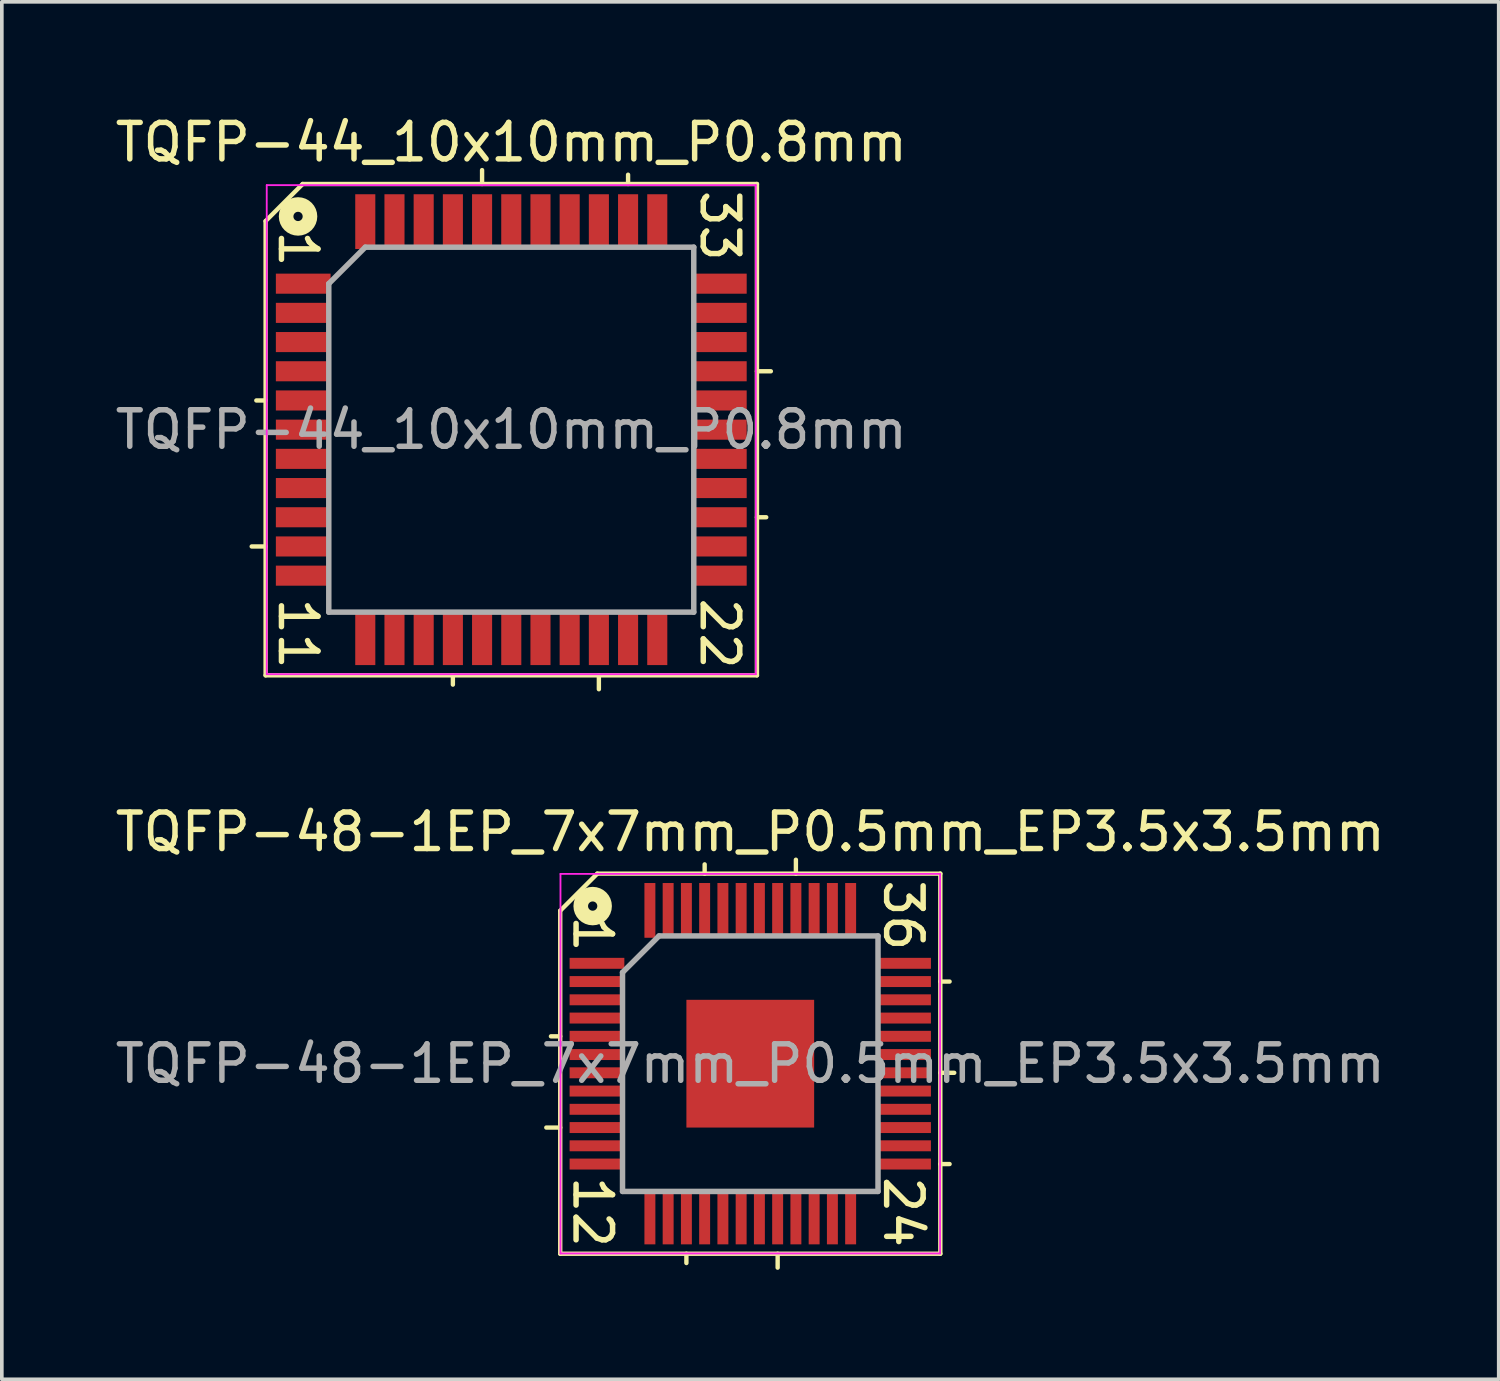
<source format=kicad_pcb>
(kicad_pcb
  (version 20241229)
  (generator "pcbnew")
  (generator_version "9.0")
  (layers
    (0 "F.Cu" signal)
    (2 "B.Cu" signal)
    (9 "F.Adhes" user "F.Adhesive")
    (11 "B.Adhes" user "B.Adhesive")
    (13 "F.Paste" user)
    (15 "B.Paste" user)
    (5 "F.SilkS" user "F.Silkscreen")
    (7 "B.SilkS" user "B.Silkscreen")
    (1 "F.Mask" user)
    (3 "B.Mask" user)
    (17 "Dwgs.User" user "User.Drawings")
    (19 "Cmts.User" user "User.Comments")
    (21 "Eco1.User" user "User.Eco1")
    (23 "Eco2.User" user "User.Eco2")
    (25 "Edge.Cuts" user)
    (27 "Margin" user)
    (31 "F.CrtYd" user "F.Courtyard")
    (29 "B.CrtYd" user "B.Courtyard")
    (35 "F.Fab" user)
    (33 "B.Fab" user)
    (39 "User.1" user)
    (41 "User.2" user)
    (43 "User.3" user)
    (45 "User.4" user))
  (footprint "TQFP-48-1EP_7x7mm_P0.5mm_EP3.5x3.5mm"
    (layer "F.Cu")
    (at 17.506 26.093)
    (property "Reference" "TQFP-48-1EP_7x7mm_P0.5mm_EP3.5x3.5mm" (at 0 -6.35 0) (layer "F.SilkS") (effects (font (size 1 1) (thickness 0.15))))
    (attr smd)
    (fp_line (start -5.207 -4.191) (end -5.207 5.207) (stroke (width 0.12) (type solid)) (layer "F.SilkS"))
    (fp_line (start -5.207 -0.75) (end -5.461 -0.75) (stroke (width 0.12) (type solid)) (layer "F.SilkS"))
    (fp_line (start -5.207 1.75) (end -5.588 1.75) (stroke (width 0.12) (type solid)) (layer "F.SilkS"))
    (fp_line (start -5.207 5.207) (end 5.207 5.207) (stroke (width 0.12) (type solid)) (layer "F.SilkS"))
    (fp_line (start -4.191 -5.207) (end -5.207 -4.191) (stroke (width 0.12) (type solid)) (layer "F.SilkS"))
    (fp_line (start -1.75 5.207) (end -1.75 5.461) (stroke (width 0.12) (type solid)) (layer "F.SilkS"))
    (fp_line (start -1.25 -5.207) (end -1.25 -5.461) (stroke (width 0.12) (type solid)) (layer "F.SilkS"))
    (fp_line (start 0.75 5.207) (end 0.75 5.588) (stroke (width 0.12) (type solid)) (layer "F.SilkS"))
    (fp_line (start 1.25 -5.207) (end 1.25 -5.588) (stroke (width 0.12) (type solid)) (layer "F.SilkS"))
    (fp_line (start 5.207 -5.207) (end -4.191 -5.207) (stroke (width 0.12) (type solid)) (layer "F.SilkS"))
    (fp_line (start 5.207 -2.25) (end 5.461 -2.25) (stroke (width 0.12) (type solid)) (layer "F.SilkS"))
    (fp_line (start 5.207 0.25) (end 5.588 0.25) (stroke (width 0.12) (type solid)) (layer "F.SilkS"))
    (fp_line (start 5.207 2.75) (end 5.461 2.75) (stroke (width 0.12) (type solid)) (layer "F.SilkS"))
    (fp_line (start 5.207 5.207) (end 5.207 -5.207) (stroke (width 0.12) (type solid)) (layer "F.SilkS"))
    (fp_circle (center -4.318 -4.318) (end -4.191 -4.318) (stroke (width 0.4) (type solid)) (fill no) (layer "F.SilkS"))
    (fp_line (start -5.2 -5.2) (end -5.2 5.2) (stroke (width 0.05) (type solid)) (layer "F.CrtYd"))
    (fp_line (start -5.2 -5.2) (end 5.2 -5.2) (stroke (width 0.05) (type solid)) (layer "F.CrtYd"))
    (fp_line (start -5.2 5.2) (end 5.2 5.2) (stroke (width 0.05) (type solid)) (layer "F.CrtYd"))
    (fp_line (start 5.2 -5.2) (end 5.2 5.2) (stroke (width 0.05) (type solid)) (layer "F.CrtYd"))
    (fp_line (start -3.5 -2.5) (end -2.5 -3.5) (stroke (width 0.15) (type solid)) (layer "F.Fab"))
    (fp_line (start -3.5 3.5) (end -3.5 -2.5) (stroke (width 0.15) (type solid)) (layer "F.Fab"))
    (fp_line (start -2.5 -3.5) (end 3.5 -3.5) (stroke (width 0.15) (type solid)) (layer "F.Fab"))
    (fp_line (start 3.5 -3.5) (end 3.5 3.5) (stroke (width 0.15) (type solid)) (layer "F.Fab"))
    (fp_line (start 3.5 3.5) (end -3.5 3.5) (stroke (width 0.15) (type solid)) (layer "F.Fab"))
    (fp_text user "36" (at 4.191 -4.064 270) (unlocked yes) (layer "F.SilkS") (effects (font (size 1 1) (thickness 0.15))))
    (fp_text user "12" (at -4.318 4.064 270) (unlocked yes) (layer "F.SilkS") (effects (font (size 1 1) (thickness 0.15))))
    (fp_text user "24" (at 4.191 4.064 270) (unlocked yes) (layer "F.SilkS") (effects (font (size 1 1) (thickness 0.15))))
    (fp_text user "1" (at -4.318 -3.556 270) (unlocked yes) (layer "F.SilkS") (effects (font (size 1 1) (thickness 0.15))))
    (fp_text user "${REFERENCE}" (at 0 0 0) (layer "F.Fab") (effects (font (size 1 1) (thickness 0.15))))
    (pad "" smd rect (at -0.875 -0.875) (size 1.35 1.35) (layers "F.Paste"))
    (pad "" smd rect (at -0.875 0.875) (size 1.35 1.35) (layers "F.Paste"))
    (pad "" smd rect (at 0.875 -0.875) (size 1.35 1.35) (layers "F.Paste"))
    (pad "" smd rect (at 0.875 0.875) (size 1.35 1.35) (layers "F.Paste"))
    (pad "1" smd rect (at -4.2 -2.75) (size 1.5 0.3) (layers "F.Cu" "F.Mask" "F.Paste"))
    (pad "2" smd rect (at -4.2 -2.25) (size 1.5 0.3) (layers "F.Cu" "F.Mask" "F.Paste"))
    (pad "3" smd rect (at -4.2 -1.75) (size 1.5 0.3) (layers "F.Cu" "F.Mask" "F.Paste"))
    (pad "4" smd rect (at -4.2 -1.25) (size 1.5 0.3) (layers "F.Cu" "F.Mask" "F.Paste"))
    (pad "5" smd rect (at -4.2 -0.75) (size 1.5 0.3) (layers "F.Cu" "F.Mask" "F.Paste"))
    (pad "6" smd rect (at -4.2 -0.25) (size 1.5 0.3) (layers "F.Cu" "F.Mask" "F.Paste"))
    (pad "7" smd rect (at -4.2 0.25) (size 1.5 0.3) (layers "F.Cu" "F.Mask" "F.Paste"))
    (pad "8" smd rect (at -4.2 0.75) (size 1.5 0.3) (layers "F.Cu" "F.Mask" "F.Paste"))
    (pad "9" smd rect (at -4.2 1.25) (size 1.5 0.3) (layers "F.Cu" "F.Mask" "F.Paste"))
    (pad "10" smd rect (at -4.2 1.75) (size 1.5 0.3) (layers "F.Cu" "F.Mask" "F.Paste"))
    (pad "11" smd rect (at -4.2 2.25) (size 1.5 0.3) (layers "F.Cu" "F.Mask" "F.Paste"))
    (pad "12" smd rect (at -4.2 2.75) (size 1.5 0.3) (layers "F.Cu" "F.Mask" "F.Paste"))
    (pad "13" smd rect (at -2.75 4.2 90) (size 1.5 0.3) (layers "F.Cu" "F.Mask" "F.Paste"))
    (pad "14" smd rect (at -2.25 4.2 90) (size 1.5 0.3) (layers "F.Cu" "F.Mask" "F.Paste"))
    (pad "15" smd rect (at -1.75 4.2 90) (size 1.5 0.3) (layers "F.Cu" "F.Mask" "F.Paste"))
    (pad "16" smd rect (at -1.25 4.2 90) (size 1.5 0.3) (layers "F.Cu" "F.Mask" "F.Paste"))
    (pad "17" smd rect (at -0.75 4.2 90) (size 1.5 0.3) (layers "F.Cu" "F.Mask" "F.Paste"))
    (pad "18" smd rect (at -0.25 4.2 90) (size 1.5 0.3) (layers "F.Cu" "F.Mask" "F.Paste"))
    (pad "19" smd rect (at 0.25 4.2 90) (size 1.5 0.3) (layers "F.Cu" "F.Mask" "F.Paste"))
    (pad "20" smd rect (at 0.75 4.2 90) (size 1.5 0.3) (layers "F.Cu" "F.Mask" "F.Paste"))
    (pad "21" smd rect (at 1.25 4.2 90) (size 1.5 0.3) (layers "F.Cu" "F.Mask" "F.Paste"))
    (pad "22" smd rect (at 1.75 4.2 90) (size 1.5 0.3) (layers "F.Cu" "F.Mask" "F.Paste"))
    (pad "23" smd rect (at 2.25 4.2 90) (size 1.5 0.3) (layers "F.Cu" "F.Mask" "F.Paste"))
    (pad "24" smd rect (at 2.75 4.2 90) (size 1.5 0.3) (layers "F.Cu" "F.Mask" "F.Paste"))
    (pad "25" smd rect (at 4.2 2.75) (size 1.5 0.3) (layers "F.Cu" "F.Mask" "F.Paste"))
    (pad "26" smd rect (at 4.2 2.25) (size 1.5 0.3) (layers "F.Cu" "F.Mask" "F.Paste"))
    (pad "27" smd rect (at 4.2 1.75) (size 1.5 0.3) (layers "F.Cu" "F.Mask" "F.Paste"))
    (pad "28" smd rect (at 4.2 1.25) (size 1.5 0.3) (layers "F.Cu" "F.Mask" "F.Paste"))
    (pad "29" smd rect (at 4.2 0.75) (size 1.5 0.3) (layers "F.Cu" "F.Mask" "F.Paste"))
    (pad "30" smd rect (at 4.2 0.25) (size 1.5 0.3) (layers "F.Cu" "F.Mask" "F.Paste"))
    (pad "31" smd rect (at 4.2 -0.25) (size 1.5 0.3) (layers "F.Cu" "F.Mask" "F.Paste"))
    (pad "32" smd rect (at 4.2 -0.75) (size 1.5 0.3) (layers "F.Cu" "F.Mask" "F.Paste"))
    (pad "33" smd rect (at 4.2 -1.25) (size 1.5 0.3) (layers "F.Cu" "F.Mask" "F.Paste"))
    (pad "34" smd rect (at 4.2 -1.75) (size 1.5 0.3) (layers "F.Cu" "F.Mask" "F.Paste"))
    (pad "35" smd rect (at 4.2 -2.25) (size 1.5 0.3) (layers "F.Cu" "F.Mask" "F.Paste"))
    (pad "36" smd rect (at 4.2 -2.75) (size 1.5 0.3) (layers "F.Cu" "F.Mask" "F.Paste"))
    (pad "37" smd rect (at 2.75 -4.2 90) (size 1.5 0.3) (layers "F.Cu" "F.Mask" "F.Paste"))
    (pad "38" smd rect (at 2.25 -4.2 90) (size 1.5 0.3) (layers "F.Cu" "F.Mask" "F.Paste"))
    (pad "39" smd rect (at 1.75 -4.2 90) (size 1.5 0.3) (layers "F.Cu" "F.Mask" "F.Paste"))
    (pad "40" smd rect (at 1.25 -4.2 90) (size 1.5 0.3) (layers "F.Cu" "F.Mask" "F.Paste"))
    (pad "41" smd rect (at 0.75 -4.2 90) (size 1.5 0.3) (layers "F.Cu" "F.Mask" "F.Paste"))
    (pad "42" smd rect (at 0.25 -4.2 90) (size 1.5 0.3) (layers "F.Cu" "F.Mask" "F.Paste"))
    (pad "43" smd rect (at -0.25 -4.2 90) (size 1.5 0.3) (layers "F.Cu" "F.Mask" "F.Paste"))
    (pad "44" smd rect (at -0.75 -4.2 90) (size 1.5 0.3) (layers "F.Cu" "F.Mask" "F.Paste"))
    (pad "45" smd rect (at -1.25 -4.2 90) (size 1.5 0.3) (layers "F.Cu" "F.Mask" "F.Paste"))
    (pad "46" smd rect (at -1.75 -4.2 90) (size 1.5 0.3) (layers "F.Cu" "F.Mask" "F.Paste"))
    (pad "47" smd rect (at -2.25 -4.2 90) (size 1.5 0.3) (layers "F.Cu" "F.Mask" "F.Paste"))
    (pad "48" smd rect (at -2.75 -4.2 90) (size 1.5 0.3) (layers "F.Cu" "F.Mask" "F.Paste"))
    (pad "49" smd rect (at 0 0) (size 3.5 3.5) (layers "F.Cu" "F.Mask")))
  (footprint "TQFP-44_10x10mm_P0.8mm"
    (layer "F.Cu")
    (at 10.958 8.722)
    (property "Reference" "TQFP-44_10x10mm_P0.8mm" (at 0 -7.874 0) (layer "F.SilkS") (effects (font (size 1 1) (thickness 0.15))))
    (attr smd)
    (fp_line (start -6.731 -5.715) (end -6.731 6.731) (stroke (width 0.12) (type solid)) (layer "F.SilkS"))
    (fp_line (start -6.731 -0.8) (end -6.985 -0.8) (stroke (width 0.12) (type solid)) (layer "F.SilkS"))
    (fp_line (start -6.731 3.2) (end -7.112 3.2) (stroke (width 0.12) (type solid)) (layer "F.SilkS"))
    (fp_line (start -6.731 6.731) (end 6.731 6.731) (stroke (width 0.12) (type solid)) (layer "F.SilkS"))
    (fp_line (start -5.715 -6.731) (end -6.731 -5.715) (stroke (width 0.12) (type solid)) (layer "F.SilkS"))
    (fp_line (start -1.6 6.731) (end -1.6 6.985) (stroke (width 0.12) (type solid)) (layer "F.SilkS"))
    (fp_line (start -0.8 -6.731) (end -0.8 -7.112) (stroke (width 0.12) (type solid)) (layer "F.SilkS"))
    (fp_line (start 2.4 6.731) (end 2.4 7.112) (stroke (width 0.12) (type solid)) (layer "F.SilkS"))
    (fp_line (start 3.2 -6.731) (end 3.2 -6.985) (stroke (width 0.12) (type solid)) (layer "F.SilkS"))
    (fp_line (start 6.731 -6.731) (end -5.715 -6.731) (stroke (width 0.12) (type solid)) (layer "F.SilkS"))
    (fp_line (start 6.731 -1.6) (end 7.112 -1.6) (stroke (width 0.12) (type solid)) (layer "F.SilkS"))
    (fp_line (start 6.731 2.4) (end 6.985 2.4) (stroke (width 0.12) (type solid)) (layer "F.SilkS"))
    (fp_line (start 6.731 6.731) (end 6.731 -6.731) (stroke (width 0.12) (type solid)) (layer "F.SilkS"))
    (fp_circle (center -5.842 -5.842) (end -5.715 -5.842) (stroke (width 0.4) (type solid)) (fill no) (layer "F.SilkS"))
    (fp_line (start -6.7 -6.7) (end -6.7 6.7) (stroke (width 0.05) (type solid)) (layer "F.CrtYd"))
    (fp_line (start -6.7 -6.7) (end 6.7 -6.7) (stroke (width 0.05) (type solid)) (layer "F.CrtYd"))
    (fp_line (start -6.7 6.7) (end 6.7 6.7) (stroke (width 0.05) (type solid)) (layer "F.CrtYd"))
    (fp_line (start 6.7 -6.7) (end 6.7 6.7) (stroke (width 0.05) (type solid)) (layer "F.CrtYd"))
    (fp_line (start -5 -4) (end -4 -5) (stroke (width 0.15) (type solid)) (layer "F.Fab"))
    (fp_line (start -5 5) (end -5 -4) (stroke (width 0.15) (type solid)) (layer "F.Fab"))
    (fp_line (start -4 -5) (end 5 -5) (stroke (width 0.15) (type solid)) (layer "F.Fab"))
    (fp_line (start 5 -5) (end 5 5) (stroke (width 0.15) (type solid)) (layer "F.Fab"))
    (fp_line (start 5 5) (end -5 5) (stroke (width 0.15) (type solid)) (layer "F.Fab"))
    (fp_text user "1" (at -5.842 -4.953 270) (unlocked yes) (layer "F.SilkS") (effects (font (size 1 1) (thickness 0.15))))
    (fp_text user "22" (at 5.715 5.588 270) (unlocked yes) (layer "F.SilkS") (effects (font (size 1 1) (thickness 0.15))))
    (fp_text user "33" (at 5.715 -5.588 270) (unlocked yes) (layer "F.SilkS") (effects (font (size 1 1) (thickness 0.15))))
    (fp_text user "11" (at -5.842 5.588 270) (unlocked yes) (layer "F.SilkS") (effects (font (size 1 1) (thickness 0.15))))
    (fp_text user "${REFERENCE}" (at 0 0 0) (layer "F.Fab") (effects (font (size 1 1) (thickness 0.15))))
    (pad "1" smd rect (at -5.7 -4) (size 1.5 0.55) (layers "F.Cu" "F.Mask" "F.Paste"))
    (pad "2" smd rect (at -5.7 -3.2) (size 1.5 0.55) (layers "F.Cu" "F.Mask" "F.Paste"))
    (pad "3" smd rect (at -5.7 -2.4) (size 1.5 0.55) (layers "F.Cu" "F.Mask" "F.Paste"))
    (pad "4" smd rect (at -5.7 -1.6) (size 1.5 0.55) (layers "F.Cu" "F.Mask" "F.Paste"))
    (pad "5" smd rect (at -5.7 -0.8) (size 1.5 0.55) (layers "F.Cu" "F.Mask" "F.Paste"))
    (pad "6" smd rect (at -5.7 0) (size 1.5 0.55) (layers "F.Cu" "F.Mask" "F.Paste"))
    (pad "7" smd rect (at -5.7 0.8) (size 1.5 0.55) (layers "F.Cu" "F.Mask" "F.Paste"))
    (pad "8" smd rect (at -5.7 1.6) (size 1.5 0.55) (layers "F.Cu" "F.Mask" "F.Paste"))
    (pad "9" smd rect (at -5.7 2.4) (size 1.5 0.55) (layers "F.Cu" "F.Mask" "F.Paste"))
    (pad "10" smd rect (at -5.7 3.2) (size 1.5 0.55) (layers "F.Cu" "F.Mask" "F.Paste"))
    (pad "11" smd rect (at -5.7 4) (size 1.5 0.55) (layers "F.Cu" "F.Mask" "F.Paste"))
    (pad "12" smd rect (at -4 5.7 90) (size 1.5 0.55) (layers "F.Cu" "F.Mask" "F.Paste"))
    (pad "13" smd rect (at -3.2 5.7 90) (size 1.5 0.55) (layers "F.Cu" "F.Mask" "F.Paste"))
    (pad "14" smd rect (at -2.4 5.7 90) (size 1.5 0.55) (layers "F.Cu" "F.Mask" "F.Paste"))
    (pad "15" smd rect (at -1.6 5.7 90) (size 1.5 0.55) (layers "F.Cu" "F.Mask" "F.Paste"))
    (pad "16" smd rect (at -0.8 5.7 90) (size 1.5 0.55) (layers "F.Cu" "F.Mask" "F.Paste"))
    (pad "17" smd rect (at 0 5.7 90) (size 1.5 0.55) (layers "F.Cu" "F.Mask" "F.Paste"))
    (pad "18" smd rect (at 0.8 5.7 90) (size 1.5 0.55) (layers "F.Cu" "F.Mask" "F.Paste"))
    (pad "19" smd rect (at 1.6 5.7 90) (size 1.5 0.55) (layers "F.Cu" "F.Mask" "F.Paste"))
    (pad "20" smd rect (at 2.4 5.7 90) (size 1.5 0.55) (layers "F.Cu" "F.Mask" "F.Paste"))
    (pad "21" smd rect (at 3.2 5.7 90) (size 1.5 0.55) (layers "F.Cu" "F.Mask" "F.Paste"))
    (pad "22" smd rect (at 4 5.7 90) (size 1.5 0.55) (layers "F.Cu" "F.Mask" "F.Paste"))
    (pad "23" smd rect (at 5.7 4) (size 1.5 0.55) (layers "F.Cu" "F.Mask" "F.Paste"))
    (pad "24" smd rect (at 5.7 3.2) (size 1.5 0.55) (layers "F.Cu" "F.Mask" "F.Paste"))
    (pad "25" smd rect (at 5.7 2.4) (size 1.5 0.55) (layers "F.Cu" "F.Mask" "F.Paste"))
    (pad "26" smd rect (at 5.7 1.6) (size 1.5 0.55) (layers "F.Cu" "F.Mask" "F.Paste"))
    (pad "27" smd rect (at 5.7 0.8) (size 1.5 0.55) (layers "F.Cu" "F.Mask" "F.Paste"))
    (pad "28" smd rect (at 5.7 0) (size 1.5 0.55) (layers "F.Cu" "F.Mask" "F.Paste"))
    (pad "29" smd rect (at 5.7 -0.8) (size 1.5 0.55) (layers "F.Cu" "F.Mask" "F.Paste"))
    (pad "30" smd rect (at 5.7 -1.6) (size 1.5 0.55) (layers "F.Cu" "F.Mask" "F.Paste"))
    (pad "31" smd rect (at 5.7 -2.4) (size 1.5 0.55) (layers "F.Cu" "F.Mask" "F.Paste"))
    (pad "32" smd rect (at 5.7 -3.2) (size 1.5 0.55) (layers "F.Cu" "F.Mask" "F.Paste"))
    (pad "33" smd rect (at 5.7 -4) (size 1.5 0.55) (layers "F.Cu" "F.Mask" "F.Paste"))
    (pad "34" smd rect (at 4 -5.7 90) (size 1.5 0.55) (layers "F.Cu" "F.Mask" "F.Paste"))
    (pad "35" smd rect (at 3.2 -5.7 90) (size 1.5 0.55) (layers "F.Cu" "F.Mask" "F.Paste"))
    (pad "36" smd rect (at 2.4 -5.7 90) (size 1.5 0.55) (layers "F.Cu" "F.Mask" "F.Paste"))
    (pad "37" smd rect (at 1.6 -5.7 90) (size 1.5 0.55) (layers "F.Cu" "F.Mask" "F.Paste"))
    (pad "38" smd rect (at 0.8 -5.7 90) (size 1.5 0.55) (layers "F.Cu" "F.Mask" "F.Paste"))
    (pad "39" smd rect (at 0 -5.7 90) (size 1.5 0.55) (layers "F.Cu" "F.Mask" "F.Paste"))
    (pad "40" smd rect (at -0.8 -5.7 90) (size 1.5 0.55) (layers "F.Cu" "F.Mask" "F.Paste"))
    (pad "41" smd rect (at -1.6 -5.7 90) (size 1.5 0.55) (layers "F.Cu" "F.Mask" "F.Paste"))
    (pad "42" smd rect (at -2.4 -5.7 90) (size 1.5 0.55) (layers "F.Cu" "F.Mask" "F.Paste"))
    (pad "43" smd rect (at -3.2 -5.7 90) (size 1.5 0.55) (layers "F.Cu" "F.Mask" "F.Paste"))
    (pad "44" smd rect (at -4 -5.7 90) (size 1.5 0.55) (layers "F.Cu" "F.Mask" "F.Paste")))
  (gr_rect
    (start -3 -3)
    (end 38.012 34.74)
    (stroke (width 0.1) (type default))
    (fill no)
    (layer "Edge.Cuts")))
</source>
